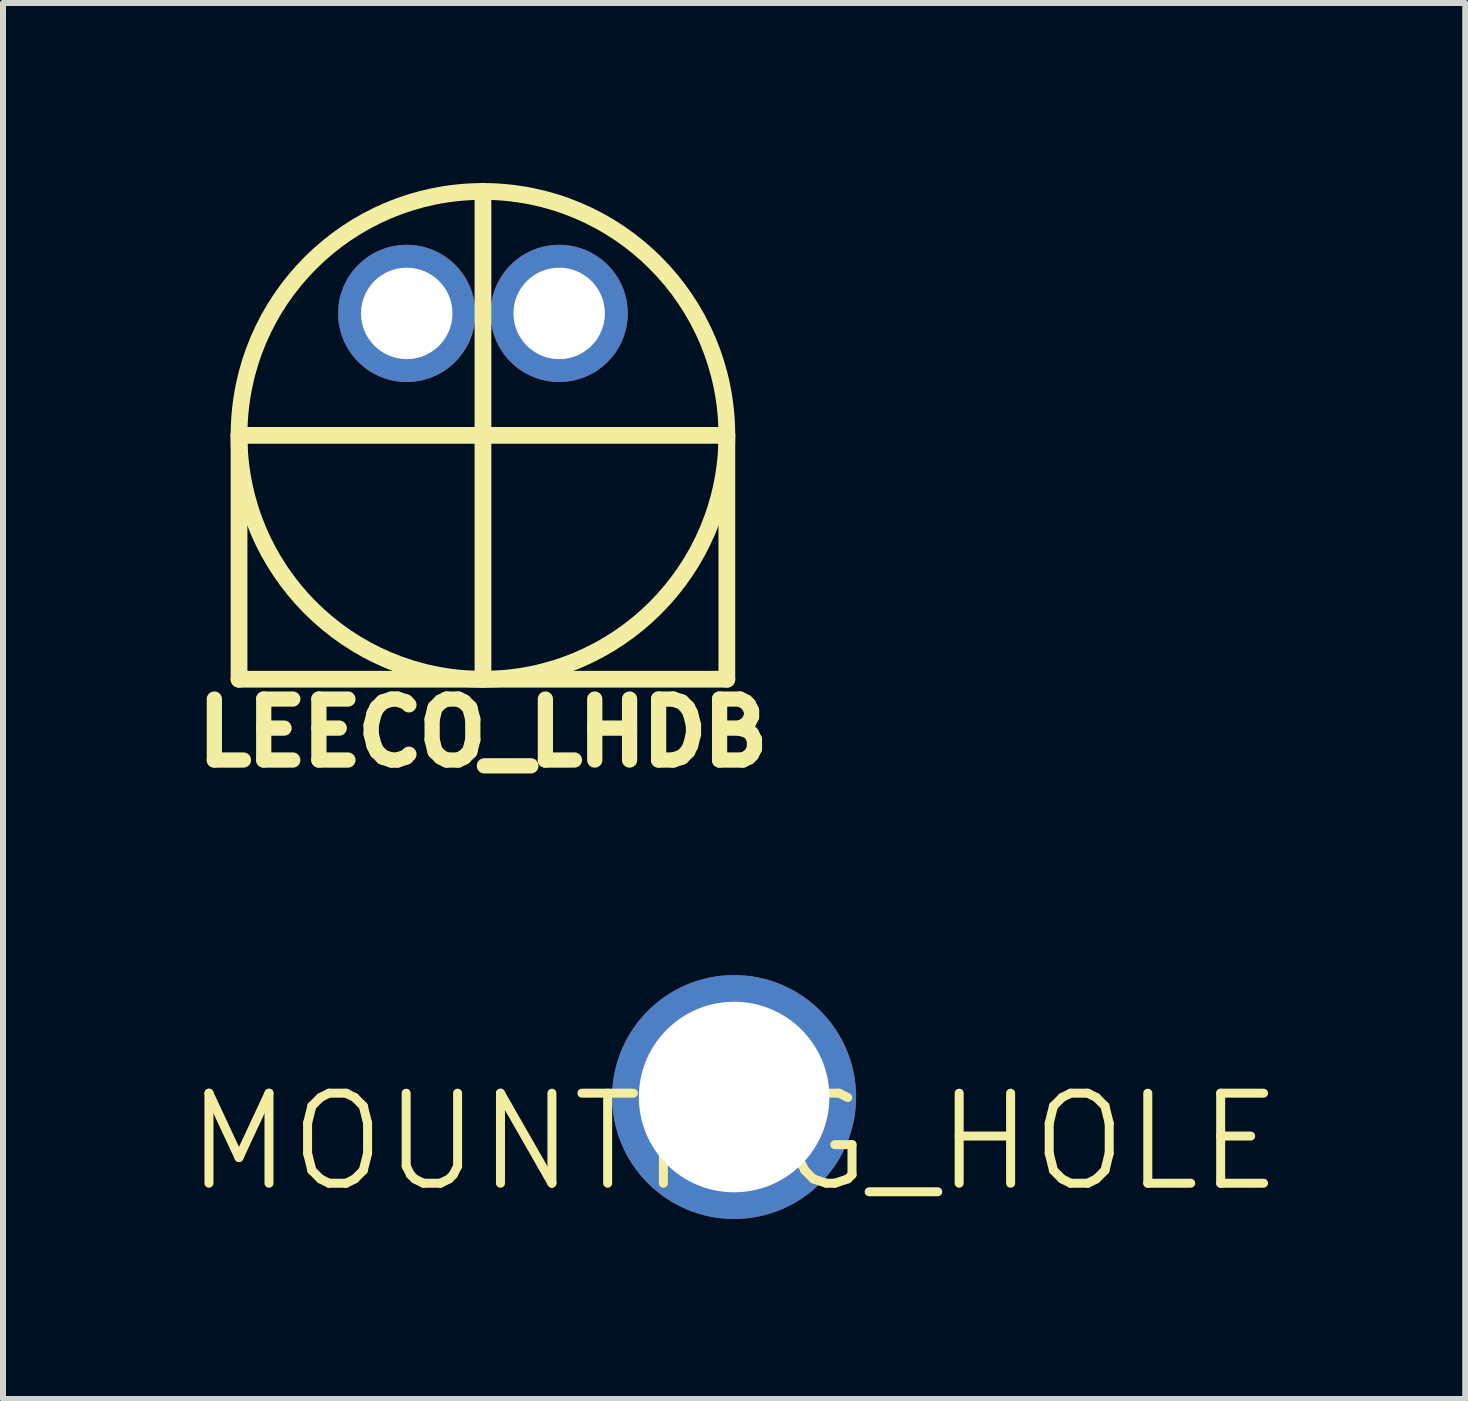
<source format=kicad_pcb>
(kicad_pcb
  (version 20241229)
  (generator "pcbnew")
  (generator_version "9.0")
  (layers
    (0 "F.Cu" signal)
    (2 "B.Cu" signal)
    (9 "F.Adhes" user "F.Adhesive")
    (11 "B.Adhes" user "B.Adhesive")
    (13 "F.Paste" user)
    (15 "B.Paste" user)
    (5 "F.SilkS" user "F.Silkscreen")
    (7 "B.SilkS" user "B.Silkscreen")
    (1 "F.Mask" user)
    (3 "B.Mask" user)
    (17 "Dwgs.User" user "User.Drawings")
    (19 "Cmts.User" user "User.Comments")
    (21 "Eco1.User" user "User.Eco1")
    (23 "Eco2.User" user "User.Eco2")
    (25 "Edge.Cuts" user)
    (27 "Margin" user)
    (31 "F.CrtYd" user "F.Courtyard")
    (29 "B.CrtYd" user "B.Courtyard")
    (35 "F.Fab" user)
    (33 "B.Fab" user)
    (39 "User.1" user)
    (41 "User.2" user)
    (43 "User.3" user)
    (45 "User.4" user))
  (footprint "LEECO_LHDB"
    (layer "F.Cu")
    (at 4.997 2.172)
    (property "Reference" "LEECO_LHDB" (at 0 6.985 0) (layer "F.SilkS") (effects (font (size 1.016 1.016) (thickness 0.254))))
    (attr through_hole)
    (fp_line (start -4.064 2.032) (end -4.064 6.096) (stroke (width 0.279) (type solid)) (layer "F.SilkS"))
    (fp_line (start -4.064 2.032) (end 4.064 2.032) (stroke (width 0.279) (type solid)) (layer "F.SilkS"))
    (fp_line (start -4.064 6.096) (end 4.064 6.096) (stroke (width 0.279) (type solid)) (layer "F.SilkS"))
    (fp_line (start 0 -2.032) (end 0 6.096) (stroke (width 0.279) (type solid)) (layer "F.SilkS"))
    (fp_line (start 4.064 6.096) (end 4.064 2.032) (stroke (width 0.279) (type solid)) (layer "F.SilkS"))
    (fp_circle (center 0 2.032) (end 4.064 2.032) (stroke (width 0.279) (type solid)) (fill no) (layer "F.SilkS"))
    (pad "1" thru_hole circle (at -1.27 0) (size 2.286 2.286) (drill 1.524) (layers "*.Cu" "*.Mask"))
    (pad "2" thru_hole circle (at 1.27 0) (size 2.286 2.286) (drill 1.524) (layers "*.Cu" "*.Mask")))
  (footprint "MOUNTING_HOLE"
    (layer "F.Cu")
    (at 9.182 15.229)
    (property "Reference" "MOUNTING_HOLE" (at 0 0.75 0) (layer "F.SilkS") (effects (font (size 1.5 1.5) (thickness 0.15))))
    (attr through_hole)
    (pad "1" thru_hole circle (at 0 0) (size 4.064 4.064) (drill 3.175) (layers "*.Cu" "*.Mask")))
  (gr_rect
    (start -3 -3)
    (end 21.364 20.261)
    (stroke (width 0.1) (type default))
    (fill no)
    (layer "Edge.Cuts")))
</source>
